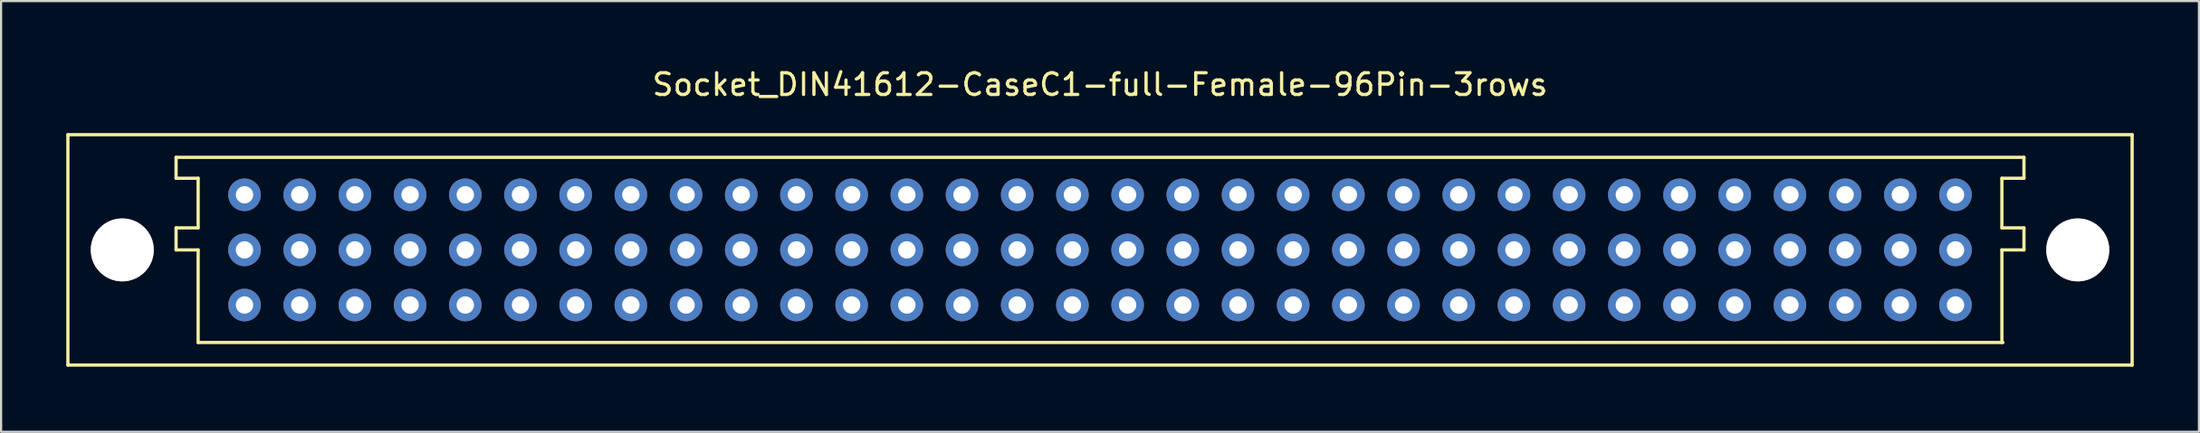
<source format=kicad_pcb>
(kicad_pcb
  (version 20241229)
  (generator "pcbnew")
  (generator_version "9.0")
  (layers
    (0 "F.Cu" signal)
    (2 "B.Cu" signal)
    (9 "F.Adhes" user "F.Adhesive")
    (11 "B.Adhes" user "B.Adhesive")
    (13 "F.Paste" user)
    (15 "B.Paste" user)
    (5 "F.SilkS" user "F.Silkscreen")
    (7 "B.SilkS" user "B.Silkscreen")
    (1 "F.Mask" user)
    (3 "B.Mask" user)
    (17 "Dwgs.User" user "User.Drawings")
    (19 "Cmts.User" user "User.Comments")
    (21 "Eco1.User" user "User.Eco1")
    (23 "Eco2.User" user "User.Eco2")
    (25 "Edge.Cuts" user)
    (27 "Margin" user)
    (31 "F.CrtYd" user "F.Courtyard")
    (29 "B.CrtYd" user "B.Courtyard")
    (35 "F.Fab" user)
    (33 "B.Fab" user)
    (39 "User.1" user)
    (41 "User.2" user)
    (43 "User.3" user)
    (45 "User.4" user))
  (footprint "Socket_DIN41612-CaseC1-full-Female-96Pin-3rows"
    (layer "F.Cu")
    (at 47.573 8.468)
    (property "Reference" "Socket_DIN41612-CaseC1-full-Female-96Pin-3rows" (at 0 -7.62 0) (layer "F.SilkS") (effects (font (size 1 1) (thickness 0.15))))
    (attr through_hole)
    (fp_line (start -47.498 -5.309) (end -47.498 5.309) (stroke (width 0.15) (type solid)) (layer "F.SilkS"))
    (fp_line (start -47.498 5.309) (end 47.498 5.309) (stroke (width 0.15) (type solid)) (layer "F.SilkS"))
    (fp_line (start -42.52 -3.302) (end -42.52 -4.267) (stroke (width 0.15) (type solid)) (layer "F.SilkS"))
    (fp_line (start -42.52 -1.016) (end -41.504 -1.016) (stroke (width 0.15) (type solid)) (layer "F.SilkS"))
    (fp_line (start -42.52 0) (end -42.52 -1.016) (stroke (width 0.15) (type solid)) (layer "F.SilkS"))
    (fp_line (start -41.504 -3.302) (end -42.52 -3.302) (stroke (width 0.15) (type solid)) (layer "F.SilkS"))
    (fp_line (start -41.504 -1.016) (end -41.504 -3.302) (stroke (width 0.15) (type solid)) (layer "F.SilkS"))
    (fp_line (start -41.504 0) (end -42.52 0) (stroke (width 0.15) (type solid)) (layer "F.SilkS"))
    (fp_line (start -41.504 4.267) (end -41.504 0) (stroke (width 0.15) (type solid)) (layer "F.SilkS"))
    (fp_line (start -41.504 4.267) (end 41.554 4.267) (stroke (width 0.15) (type solid)) (layer "F.SilkS"))
    (fp_line (start 41.504 -3.302) (end 42.52 -3.302) (stroke (width 0.15) (type solid)) (layer "F.SilkS"))
    (fp_line (start 41.504 -1.016) (end 41.504 -3.302) (stroke (width 0.15) (type solid)) (layer "F.SilkS"))
    (fp_line (start 41.504 0) (end 42.52 0) (stroke (width 0.15) (type solid)) (layer "F.SilkS"))
    (fp_line (start 41.504 4.267) (end 41.504 0) (stroke (width 0.15) (type solid)) (layer "F.SilkS"))
    (fp_line (start 42.52 -4.267) (end -42.52 -4.267) (stroke (width 0.15) (type solid)) (layer "F.SilkS"))
    (fp_line (start 42.52 -3.302) (end 42.52 -4.267) (stroke (width 0.15) (type solid)) (layer "F.SilkS"))
    (fp_line (start 42.52 -1.016) (end 41.504 -1.016) (stroke (width 0.15) (type solid)) (layer "F.SilkS"))
    (fp_line (start 42.52 0) (end 42.52 -1.016) (stroke (width 0.15) (type solid)) (layer "F.SilkS"))
    (fp_line (start 47.498 -5.309) (end -47.498 -5.309) (stroke (width 0.15) (type solid)) (layer "F.SilkS"))
    (fp_line (start 47.498 5.309) (end 47.498 -5.309) (stroke (width 0.15) (type solid)) (layer "F.SilkS"))
    (pad "1" thru_hole circle (at -44.996 0) (size 2.901 2.901) (drill 2.901) (layers "*.Cu" "*.Mask"))
    (pad "1" thru_hole circle (at 44.996 0) (size 2.901 2.901) (drill 2.901) (layers "*.Cu" "*.Mask"))
    (pad "1a" thru_hole circle (at 39.37 -2.54 180) (size 1.501 1.501) (drill 0.8) (layers "*.Cu" "*.Mask"))
    (pad "1b" thru_hole circle (at 39.37 0 180) (size 1.501 1.501) (drill 0.8) (layers "*.Cu" "*.Mask"))
    (pad "1c" thru_hole circle (at 39.37 2.54 180) (size 1.501 1.501) (drill 0.8) (layers "*.Cu" "*.Mask"))
    (pad "2a" thru_hole circle (at 36.83 -2.54 180) (size 1.501 1.501) (drill 0.8) (layers "*.Cu" "*.Mask"))
    (pad "2b" thru_hole circle (at 36.83 0 180) (size 1.501 1.501) (drill 0.8) (layers "*.Cu" "*.Mask"))
    (pad "2c" thru_hole circle (at 36.83 2.54 180) (size 1.501 1.501) (drill 0.8) (layers "*.Cu" "*.Mask"))
    (pad "3a" thru_hole circle (at 34.29 -2.54 180) (size 1.501 1.501) (drill 0.8) (layers "*.Cu" "*.Mask"))
    (pad "3b" thru_hole circle (at 34.29 0 180) (size 1.501 1.501) (drill 0.8) (layers "*.Cu" "*.Mask"))
    (pad "3c" thru_hole circle (at 34.29 2.54 180) (size 1.501 1.501) (drill 0.8) (layers "*.Cu" "*.Mask"))
    (pad "4a" thru_hole circle (at 31.75 -2.54 180) (size 1.501 1.501) (drill 0.8) (layers "*.Cu" "*.Mask"))
    (pad "4b" thru_hole circle (at 31.75 0 180) (size 1.501 1.501) (drill 0.8) (layers "*.Cu" "*.Mask"))
    (pad "4c" thru_hole circle (at 31.75 2.54 180) (size 1.501 1.501) (drill 0.8) (layers "*.Cu" "*.Mask"))
    (pad "5a" thru_hole circle (at 29.21 -2.54 180) (size 1.501 1.501) (drill 0.8) (layers "*.Cu" "*.Mask"))
    (pad "5b" thru_hole circle (at 29.21 0 180) (size 1.501 1.501) (drill 0.8) (layers "*.Cu" "*.Mask"))
    (pad "5c" thru_hole circle (at 29.21 2.54 180) (size 1.501 1.501) (drill 0.8) (layers "*.Cu" "*.Mask"))
    (pad "6a" thru_hole circle (at 26.67 -2.54 180) (size 1.501 1.501) (drill 0.8) (layers "*.Cu" "*.Mask"))
    (pad "6b" thru_hole circle (at 26.67 0 180) (size 1.501 1.501) (drill 0.8) (layers "*.Cu" "*.Mask"))
    (pad "6c" thru_hole circle (at 26.67 2.54 180) (size 1.501 1.501) (drill 0.8) (layers "*.Cu" "*.Mask"))
    (pad "7a" thru_hole circle (at 24.13 -2.54 180) (size 1.501 1.501) (drill 0.8) (layers "*.Cu" "*.Mask"))
    (pad "7b" thru_hole circle (at 24.13 0 180) (size 1.501 1.501) (drill 0.8) (layers "*.Cu" "*.Mask"))
    (pad "7c" thru_hole circle (at 24.13 2.54 180) (size 1.501 1.501) (drill 0.8) (layers "*.Cu" "*.Mask"))
    (pad "8a" thru_hole circle (at 21.59 -2.54 180) (size 1.501 1.501) (drill 0.8) (layers "*.Cu" "*.Mask"))
    (pad "8b" thru_hole circle (at 21.59 0 180) (size 1.501 1.501) (drill 0.8) (layers "*.Cu" "*.Mask"))
    (pad "8c" thru_hole circle (at 21.59 2.54 180) (size 1.501 1.501) (drill 0.8) (layers "*.Cu" "*.Mask"))
    (pad "9a" thru_hole circle (at 19.05 -2.54 180) (size 1.501 1.501) (drill 0.8) (layers "*.Cu" "*.Mask"))
    (pad "9b" thru_hole circle (at 19.05 0 180) (size 1.501 1.501) (drill 0.8) (layers "*.Cu" "*.Mask"))
    (pad "9c" thru_hole circle (at 19.05 2.54 180) (size 1.501 1.501) (drill 0.8) (layers "*.Cu" "*.Mask"))
    (pad "10a" thru_hole circle (at 16.51 -2.54 180) (size 1.501 1.501) (drill 0.8) (layers "*.Cu" "*.Mask"))
    (pad "10b" thru_hole circle (at 16.51 0 180) (size 1.501 1.501) (drill 0.8) (layers "*.Cu" "*.Mask"))
    (pad "10c" thru_hole circle (at 16.51 2.54 180) (size 1.501 1.501) (drill 0.8) (layers "*.Cu" "*.Mask"))
    (pad "11a" thru_hole circle (at 13.97 -2.54 180) (size 1.501 1.501) (drill 0.8) (layers "*.Cu" "*.Mask"))
    (pad "11b" thru_hole circle (at 13.97 0 180) (size 1.501 1.501) (drill 0.8) (layers "*.Cu" "*.Mask"))
    (pad "11c" thru_hole circle (at 13.97 2.54 180) (size 1.501 1.501) (drill 0.8) (layers "*.Cu" "*.Mask"))
    (pad "12a" thru_hole circle (at 11.43 -2.54 180) (size 1.501 1.501) (drill 0.8) (layers "*.Cu" "*.Mask"))
    (pad "12b" thru_hole circle (at 11.43 0 180) (size 1.501 1.501) (drill 0.8) (layers "*.Cu" "*.Mask"))
    (pad "12c" thru_hole circle (at 11.43 2.54 180) (size 1.501 1.501) (drill 0.8) (layers "*.Cu" "*.Mask"))
    (pad "13a" thru_hole circle (at 8.89 -2.54 180) (size 1.501 1.501) (drill 0.8) (layers "*.Cu" "*.Mask"))
    (pad "13b" thru_hole circle (at 8.89 0 180) (size 1.501 1.501) (drill 0.8) (layers "*.Cu" "*.Mask"))
    (pad "13c" thru_hole circle (at 8.89 2.54 180) (size 1.501 1.501) (drill 0.8) (layers "*.Cu" "*.Mask"))
    (pad "14a" thru_hole circle (at 6.35 -2.54 180) (size 1.501 1.501) (drill 0.8) (layers "*.Cu" "*.Mask"))
    (pad "14b" thru_hole circle (at 6.35 0 180) (size 1.501 1.501) (drill 0.8) (layers "*.Cu" "*.Mask"))
    (pad "14c" thru_hole circle (at 6.35 2.54 180) (size 1.501 1.501) (drill 0.8) (layers "*.Cu" "*.Mask"))
    (pad "15a" thru_hole circle (at 3.81 -2.54 180) (size 1.501 1.501) (drill 0.8) (layers "*.Cu" "*.Mask"))
    (pad "15b" thru_hole circle (at 3.81 0 180) (size 1.501 1.501) (drill 0.8) (layers "*.Cu" "*.Mask"))
    (pad "15c" thru_hole circle (at 3.81 2.54 180) (size 1.501 1.501) (drill 0.8) (layers "*.Cu" "*.Mask"))
    (pad "16a" thru_hole circle (at 1.27 -2.54 180) (size 1.501 1.501) (drill 0.8) (layers "*.Cu" "*.Mask"))
    (pad "16b" thru_hole circle (at 1.27 0 180) (size 1.501 1.501) (drill 0.8) (layers "*.Cu" "*.Mask"))
    (pad "16c" thru_hole circle (at 1.27 2.54 180) (size 1.501 1.501) (drill 0.8) (layers "*.Cu" "*.Mask"))
    (pad "17a" thru_hole circle (at -1.27 -2.54 180) (size 1.501 1.501) (drill 0.8) (layers "*.Cu" "*.Mask"))
    (pad "17b" thru_hole circle (at -1.27 0 180) (size 1.501 1.501) (drill 0.8) (layers "*.Cu" "*.Mask"))
    (pad "17c" thru_hole circle (at -1.27 2.54 180) (size 1.501 1.501) (drill 0.8) (layers "*.Cu" "*.Mask"))
    (pad "18a" thru_hole circle (at -3.81 -2.54 180) (size 1.501 1.501) (drill 0.8) (layers "*.Cu" "*.Mask"))
    (pad "18b" thru_hole circle (at -3.81 0 180) (size 1.501 1.501) (drill 0.8) (layers "*.Cu" "*.Mask"))
    (pad "18c" thru_hole circle (at -3.81 2.54 180) (size 1.501 1.501) (drill 0.8) (layers "*.Cu" "*.Mask"))
    (pad "19a" thru_hole circle (at -6.35 -2.54 180) (size 1.501 1.501) (drill 0.8) (layers "*.Cu" "*.Mask"))
    (pad "19b" thru_hole circle (at -6.35 0 180) (size 1.501 1.501) (drill 0.8) (layers "*.Cu" "*.Mask"))
    (pad "19c" thru_hole circle (at -6.35 2.54 180) (size 1.501 1.501) (drill 0.8) (layers "*.Cu" "*.Mask"))
    (pad "20a" thru_hole circle (at -8.89 -2.54 180) (size 1.501 1.501) (drill 0.8) (layers "*.Cu" "*.Mask"))
    (pad "20b" thru_hole circle (at -8.89 0 180) (size 1.501 1.501) (drill 0.8) (layers "*.Cu" "*.Mask"))
    (pad "20c" thru_hole circle (at -8.89 2.54 180) (size 1.501 1.501) (drill 0.8) (layers "*.Cu" "*.Mask"))
    (pad "21a" thru_hole circle (at -11.43 -2.54 180) (size 1.501 1.501) (drill 0.8) (layers "*.Cu" "*.Mask"))
    (pad "21b" thru_hole circle (at -11.43 0 180) (size 1.501 1.501) (drill 0.8) (layers "*.Cu" "*.Mask"))
    (pad "21c" thru_hole circle (at -11.43 2.54 180) (size 1.501 1.501) (drill 0.8) (layers "*.Cu" "*.Mask"))
    (pad "22a" thru_hole circle (at -13.97 -2.54 180) (size 1.501 1.501) (drill 0.8) (layers "*.Cu" "*.Mask"))
    (pad "22b" thru_hole circle (at -13.97 0 180) (size 1.501 1.501) (drill 0.8) (layers "*.Cu" "*.Mask"))
    (pad "22c" thru_hole circle (at -13.97 2.54 180) (size 1.501 1.501) (drill 0.8) (layers "*.Cu" "*.Mask"))
    (pad "23a" thru_hole circle (at -16.51 -2.54 180) (size 1.501 1.501) (drill 0.8) (layers "*.Cu" "*.Mask"))
    (pad "23b" thru_hole circle (at -16.51 0 180) (size 1.501 1.501) (drill 0.8) (layers "*.Cu" "*.Mask"))
    (pad "23c" thru_hole circle (at -16.51 2.54 180) (size 1.501 1.501) (drill 0.8) (layers "*.Cu" "*.Mask"))
    (pad "24" thru_hole circle (at -19.05 -2.54 180) (size 1.501 1.501) (drill 0.8) (layers "*.Cu" "*.Mask"))
    (pad "24b" thru_hole circle (at -19.05 0 180) (size 1.501 1.501) (drill 0.8) (layers "*.Cu" "*.Mask"))
    (pad "24c" thru_hole circle (at -19.05 2.54 180) (size 1.501 1.501) (drill 0.8) (layers "*.Cu" "*.Mask"))
    (pad "25a" thru_hole circle (at -21.59 -2.54 180) (size 1.501 1.501) (drill 0.8) (layers "*.Cu" "*.Mask"))
    (pad "25b" thru_hole circle (at -21.59 0 180) (size 1.501 1.501) (drill 0.8) (layers "*.Cu" "*.Mask"))
    (pad "25c" thru_hole circle (at -21.59 2.54 180) (size 1.501 1.501) (drill 0.8) (layers "*.Cu" "*.Mask"))
    (pad "26a" thru_hole circle (at -24.13 -2.54 180) (size 1.501 1.501) (drill 0.8) (layers "*.Cu" "*.Mask"))
    (pad "26b" thru_hole circle (at -24.13 0 180) (size 1.501 1.501) (drill 0.8) (layers "*.Cu" "*.Mask"))
    (pad "26c" thru_hole circle (at -24.13 2.54 180) (size 1.501 1.501) (drill 0.8) (layers "*.Cu" "*.Mask"))
    (pad "27a" thru_hole circle (at -26.67 -2.54 180) (size 1.501 1.501) (drill 0.8) (layers "*.Cu" "*.Mask"))
    (pad "27b" thru_hole circle (at -26.67 0 180) (size 1.501 1.501) (drill 0.8) (layers "*.Cu" "*.Mask"))
    (pad "27c" thru_hole circle (at -26.67 2.54 180) (size 1.501 1.501) (drill 0.8) (layers "*.Cu" "*.Mask"))
    (pad "28a" thru_hole circle (at -29.21 -2.54 180) (size 1.501 1.501) (drill 0.8) (layers "*.Cu" "*.Mask"))
    (pad "28b" thru_hole circle (at -29.21 0 180) (size 1.501 1.501) (drill 0.8) (layers "*.Cu" "*.Mask"))
    (pad "28c" thru_hole circle (at -29.21 2.54 180) (size 1.501 1.501) (drill 0.8) (layers "*.Cu" "*.Mask"))
    (pad "29a" thru_hole circle (at -31.75 -2.54 180) (size 1.501 1.501) (drill 0.8) (layers "*.Cu" "*.Mask"))
    (pad "29b" thru_hole circle (at -31.75 0 180) (size 1.501 1.501) (drill 0.8) (layers "*.Cu" "*.Mask"))
    (pad "29c" thru_hole circle (at -31.75 2.54 180) (size 1.501 1.501) (drill 0.8) (layers "*.Cu" "*.Mask"))
    (pad "30a" thru_hole circle (at -34.29 -2.54 180) (size 1.501 1.501) (drill 0.8) (layers "*.Cu" "*.Mask"))
    (pad "30b" thru_hole circle (at -34.29 0 180) (size 1.501 1.501) (drill 0.8) (layers "*.Cu" "*.Mask"))
    (pad "30c" thru_hole circle (at -34.29 2.54 180) (size 1.501 1.501) (drill 0.8) (layers "*.Cu" "*.Mask"))
    (pad "31a" thru_hole circle (at -36.83 -2.54 180) (size 1.501 1.501) (drill 0.8) (layers "*.Cu" "*.Mask"))
    (pad "31b" thru_hole circle (at -36.83 0 180) (size 1.501 1.501) (drill 0.8) (layers "*.Cu" "*.Mask"))
    (pad "31c" thru_hole circle (at -36.83 2.54 180) (size 1.501 1.501) (drill 0.8) (layers "*.Cu" "*.Mask"))
    (pad "32a" thru_hole circle (at -39.37 -2.54 180) (size 1.501 1.501) (drill 0.8) (layers "*.Cu" "*.Mask"))
    (pad "32b" thru_hole circle (at -39.37 0 180) (size 1.501 1.501) (drill 0.8) (layers "*.Cu" "*.Mask"))
    (pad "32c" thru_hole circle (at -39.37 2.54 180) (size 1.501 1.501) (drill 0.8) (layers "*.Cu" "*.Mask")))
  (gr_rect
    (start -3 -3)
    (end 98.146 16.852)
    (stroke (width 0.1) (type default))
    (fill no)
    (layer "Edge.Cuts")))
</source>
